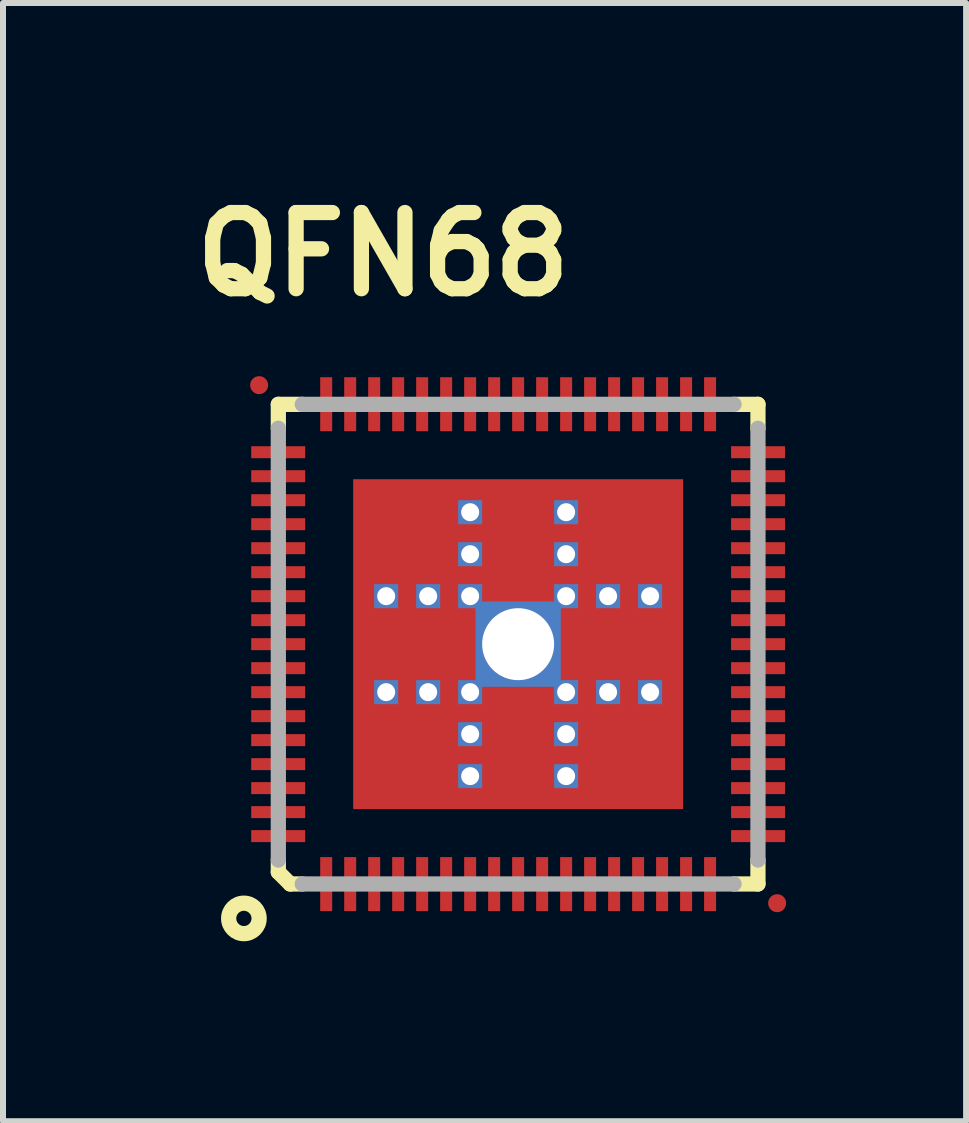
<source format=kicad_pcb>
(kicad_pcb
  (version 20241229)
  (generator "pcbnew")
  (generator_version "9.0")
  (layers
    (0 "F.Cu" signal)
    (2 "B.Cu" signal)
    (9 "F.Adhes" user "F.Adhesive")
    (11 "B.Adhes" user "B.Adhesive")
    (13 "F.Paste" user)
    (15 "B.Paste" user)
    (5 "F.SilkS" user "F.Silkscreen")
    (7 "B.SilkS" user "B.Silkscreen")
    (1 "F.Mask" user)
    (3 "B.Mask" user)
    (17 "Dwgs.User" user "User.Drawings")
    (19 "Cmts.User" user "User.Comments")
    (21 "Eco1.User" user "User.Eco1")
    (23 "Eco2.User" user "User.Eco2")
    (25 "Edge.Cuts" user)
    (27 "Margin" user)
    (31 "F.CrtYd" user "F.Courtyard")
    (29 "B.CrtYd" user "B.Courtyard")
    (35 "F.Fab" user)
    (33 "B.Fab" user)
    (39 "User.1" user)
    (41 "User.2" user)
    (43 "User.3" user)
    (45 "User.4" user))
  (footprint "QFN68"
    (layer "F.Cu")
    (at 5.588 7.689)
    (property "Reference" "QFN68" (at -2.25 -6.5 0) (layer "F.SilkS") (effects (font (size 1.27 1.27) (thickness 0.254))))
    (attr smd)
    (fp_line (start -3.998 -3.998) (end -3.998 -3.599) (stroke (width 0.254) (type solid)) (layer "F.SilkS"))
    (fp_line (start -3.998 3.599) (end -3.998 3.8) (stroke (width 0.254) (type solid)) (layer "F.SilkS"))
    (fp_line (start -3.998 3.8) (end -3.8 3.998) (stroke (width 0.254) (type solid)) (layer "F.SilkS"))
    (fp_line (start -3.8 3.998) (end -3.599 3.998) (stroke (width 0.254) (type solid)) (layer "F.SilkS"))
    (fp_line (start -3.599 -3.998) (end -3.998 -3.998) (stroke (width 0.254) (type solid)) (layer "F.SilkS"))
    (fp_line (start 3.599 3.998) (end 3.998 3.998) (stroke (width 0.254) (type solid)) (layer "F.SilkS"))
    (fp_line (start 3.998 -3.998) (end 3.599 -3.998) (stroke (width 0.254) (type solid)) (layer "F.SilkS"))
    (fp_line (start 3.998 -3.599) (end 3.998 -3.998) (stroke (width 0.254) (type solid)) (layer "F.SilkS"))
    (fp_line (start 3.998 3.998) (end 3.998 3.599) (stroke (width 0.254) (type solid)) (layer "F.SilkS"))
    (fp_circle (center -4.572 4.572) (end -4.318 4.572) (stroke (width 0.254) (type solid)) (fill no) (layer "F.SilkS"))
    (fp_line (start -3.998 -3.599) (end -3.998 3.599) (stroke (width 0.254) (type solid)) (layer "F.Fab"))
    (fp_line (start -3.599 3.998) (end 3.599 3.998) (stroke (width 0.254) (type solid)) (layer "F.Fab"))
    (fp_line (start 3.599 -3.998) (end -3.599 -3.998) (stroke (width 0.254) (type solid)) (layer "F.Fab"))
    (fp_line (start 3.998 3.599) (end 3.998 -3.599) (stroke (width 0.254) (type solid)) (layer "F.Fab"))
    (pad "" smd rect (at -1.8 0) (size 1.6 1.2) (layers "F.Paste"))
    (pad "" smd rect (at -1.75 -1.8) (size 1.5 1.6) (layers "F.Paste"))
    (pad "" smd rect (at -1.75 1.8) (size 1.5 1.6) (layers "F.Paste"))
    (pad "" smd rect (at 0 -1.8) (size 1.2 1.6) (layers "F.Paste"))
    (pad "" smd rect (at 0 1.75) (size 1.2 1.7) (layers "F.Paste"))
    (pad "" smd rect (at 1.75 -1.8) (size 1.5 1.6) (layers "F.Paste"))
    (pad "" smd rect (at 1.75 1.8) (size 1.5 1.6) (layers "F.Paste"))
    (pad "" smd rect (at 1.8 0) (size 1.6 1.2) (layers "F.Paste"))
    (pad "1" smd rect (at -3.2 4) (size 0.2 0.9) (layers "F.Cu" "F.Mask" "F.Paste"))
    (pad "2" smd rect (at -2.8 4) (size 0.2 0.9) (layers "F.Cu" "F.Mask" "F.Paste"))
    (pad "3" smd rect (at -2.4 4) (size 0.2 0.9) (layers "F.Cu" "F.Mask" "F.Paste"))
    (pad "4" smd rect (at -2 4) (size 0.2 0.9) (layers "F.Cu" "F.Mask" "F.Paste"))
    (pad "5" smd rect (at -1.6 4) (size 0.2 0.9) (layers "F.Cu" "F.Mask" "F.Paste"))
    (pad "6" smd rect (at -1.2 4) (size 0.2 0.9) (layers "F.Cu" "F.Mask" "F.Paste"))
    (pad "7" smd rect (at -0.8 4) (size 0.2 0.9) (layers "F.Cu" "F.Mask" "F.Paste"))
    (pad "8" smd rect (at -0.4 4) (size 0.2 0.9) (layers "F.Cu" "F.Mask" "F.Paste"))
    (pad "9" smd rect (at 0 4) (size 0.2 0.9) (layers "F.Cu" "F.Mask" "F.Paste"))
    (pad "10" smd rect (at 0.4 4) (size 0.2 0.9) (layers "F.Cu" "F.Mask" "F.Paste"))
    (pad "11" smd rect (at 0.8 4) (size 0.2 0.9) (layers "F.Cu" "F.Mask" "F.Paste"))
    (pad "12" smd rect (at 1.2 4) (size 0.2 0.9) (layers "F.Cu" "F.Mask" "F.Paste"))
    (pad "13" smd rect (at 1.6 4) (size 0.2 0.9) (layers "F.Cu" "F.Mask" "F.Paste"))
    (pad "14" smd rect (at 2 4) (size 0.2 0.9) (layers "F.Cu" "F.Mask" "F.Paste"))
    (pad "15" smd rect (at 2.4 4) (size 0.2 0.9) (layers "F.Cu" "F.Mask" "F.Paste"))
    (pad "16" smd rect (at 2.8 4) (size 0.2 0.9) (layers "F.Cu" "F.Mask" "F.Paste"))
    (pad "17" smd rect (at 3.2 4) (size 0.2 0.9) (layers "F.Cu" "F.Mask" "F.Paste"))
    (pad "18" smd rect (at 4 3.2 90) (size 0.2 0.9) (layers "F.Cu" "F.Mask" "F.Paste"))
    (pad "19" smd rect (at 4 2.8 90) (size 0.2 0.9) (layers "F.Cu" "F.Mask" "F.Paste"))
    (pad "20" smd rect (at 4 2.4 90) (size 0.2 0.9) (layers "F.Cu" "F.Mask" "F.Paste"))
    (pad "21" smd rect (at 4 2 90) (size 0.2 0.9) (layers "F.Cu" "F.Mask" "F.Paste"))
    (pad "22" smd rect (at 4 1.6 90) (size 0.2 0.9) (layers "F.Cu" "F.Mask" "F.Paste"))
    (pad "23" smd rect (at 4 1.2 90) (size 0.2 0.9) (layers "F.Cu" "F.Mask" "F.Paste"))
    (pad "24" smd rect (at 4 0.8 90) (size 0.2 0.9) (layers "F.Cu" "F.Mask" "F.Paste"))
    (pad "25" smd rect (at 4 0.4 90) (size 0.2 0.9) (layers "F.Cu" "F.Mask" "F.Paste"))
    (pad "26" smd rect (at 4 0 90) (size 0.2 0.9) (layers "F.Cu" "F.Mask" "F.Paste"))
    (pad "27" smd rect (at 4 -0.4 90) (size 0.2 0.9) (layers "F.Cu" "F.Mask" "F.Paste"))
    (pad "28" smd rect (at 4 -0.8 90) (size 0.2 0.9) (layers "F.Cu" "F.Mask" "F.Paste"))
    (pad "29" smd rect (at 4 -1.2 90) (size 0.2 0.9) (layers "F.Cu" "F.Mask" "F.Paste"))
    (pad "30" smd rect (at 4 -1.6 90) (size 0.2 0.9) (layers "F.Cu" "F.Mask" "F.Paste"))
    (pad "31" smd rect (at 4 -2 90) (size 0.2 0.9) (layers "F.Cu" "F.Mask" "F.Paste"))
    (pad "32" smd rect (at 4 -2.4 90) (size 0.2 0.9) (layers "F.Cu" "F.Mask" "F.Paste"))
    (pad "33" smd rect (at 4 -2.8 90) (size 0.2 0.9) (layers "F.Cu" "F.Mask" "F.Paste"))
    (pad "34" smd rect (at 4 -3.2 90) (size 0.2 0.9) (layers "F.Cu" "F.Mask" "F.Paste"))
    (pad "35" smd rect (at 3.2 -4 180) (size 0.2 0.9) (layers "F.Cu" "F.Mask" "F.Paste"))
    (pad "36" smd rect (at 2.8 -4 180) (size 0.2 0.9) (layers "F.Cu" "F.Mask" "F.Paste"))
    (pad "37" smd rect (at 2.4 -4 180) (size 0.2 0.9) (layers "F.Cu" "F.Mask" "F.Paste"))
    (pad "38" smd rect (at 2 -4 180) (size 0.2 0.9) (layers "F.Cu" "F.Mask" "F.Paste"))
    (pad "39" smd rect (at 1.6 -4 180) (size 0.2 0.9) (layers "F.Cu" "F.Mask" "F.Paste"))
    (pad "40" smd rect (at 1.2 -4 180) (size 0.2 0.9) (layers "F.Cu" "F.Mask" "F.Paste"))
    (pad "41" smd rect (at 0.8 -4 180) (size 0.2 0.9) (layers "F.Cu" "F.Mask" "F.Paste"))
    (pad "42" smd rect (at 0.4 -4 180) (size 0.2 0.9) (layers "F.Cu" "F.Mask" "F.Paste"))
    (pad "43" smd rect (at 0 -4 180) (size 0.2 0.9) (layers "F.Cu" "F.Mask" "F.Paste"))
    (pad "44" smd rect (at -0.4 -4 180) (size 0.2 0.9) (layers "F.Cu" "F.Mask" "F.Paste"))
    (pad "45" smd rect (at -0.8 -4 180) (size 0.2 0.9) (layers "F.Cu" "F.Mask" "F.Paste"))
    (pad "46" smd rect (at -1.2 -4 180) (size 0.2 0.9) (layers "F.Cu" "F.Mask" "F.Paste"))
    (pad "47" smd rect (at -1.6 -4 180) (size 0.2 0.9) (layers "F.Cu" "F.Mask" "F.Paste"))
    (pad "48" smd rect (at -2 -4 180) (size 0.2 0.9) (layers "F.Cu" "F.Mask" "F.Paste"))
    (pad "49" smd rect (at -2.4 -4 180) (size 0.2 0.9) (layers "F.Cu" "F.Mask" "F.Paste"))
    (pad "50" smd rect (at -2.8 -4 180) (size 0.2 0.9) (layers "F.Cu" "F.Mask" "F.Paste"))
    (pad "51" smd rect (at -3.2 -4 180) (size 0.2 0.9) (layers "F.Cu" "F.Mask" "F.Paste"))
    (pad "52" smd rect (at -4 -3.2 270) (size 0.2 0.9) (layers "F.Cu" "F.Mask" "F.Paste"))
    (pad "53" smd rect (at -4 -2.8 270) (size 0.2 0.9) (layers "F.Cu" "F.Mask" "F.Paste"))
    (pad "54" smd rect (at -4 -2.4 270) (size 0.2 0.9) (layers "F.Cu" "F.Mask" "F.Paste"))
    (pad "55" smd rect (at -4 -2 270) (size 0.2 0.9) (layers "F.Cu" "F.Mask" "F.Paste"))
    (pad "56" smd rect (at -4 -1.6 270) (size 0.2 0.9) (layers "F.Cu" "F.Mask" "F.Paste"))
    (pad "57" smd rect (at -4 -1.2 270) (size 0.2 0.9) (layers "F.Cu" "F.Mask" "F.Paste"))
    (pad "58" smd rect (at -4 -0.8 270) (size 0.2 0.9) (layers "F.Cu" "F.Mask" "F.Paste"))
    (pad "59" smd rect (at -4 -0.4 270) (size 0.2 0.9) (layers "F.Cu" "F.Mask" "F.Paste"))
    (pad "60" smd rect (at -4 0 270) (size 0.2 0.9) (layers "F.Cu" "F.Mask" "F.Paste"))
    (pad "61" smd rect (at -4 0.4 270) (size 0.2 0.9) (layers "F.Cu" "F.Mask" "F.Paste"))
    (pad "62" smd rect (at -4 0.8 270) (size 0.2 0.9) (layers "F.Cu" "F.Mask" "F.Paste"))
    (pad "63" smd rect (at -4 1.2 270) (size 0.2 0.9) (layers "F.Cu" "F.Mask" "F.Paste"))
    (pad "64" smd rect (at -4 1.6 270) (size 0.2 0.9) (layers "F.Cu" "F.Mask" "F.Paste"))
    (pad "65" smd rect (at -4 2 270) (size 0.2 0.9) (layers "F.Cu" "F.Mask" "F.Paste"))
    (pad "66" smd rect (at -4 2.4 270) (size 0.2 0.9) (layers "F.Cu" "F.Mask" "F.Paste"))
    (pad "67" smd rect (at -4 2.8 270) (size 0.2 0.9) (layers "F.Cu" "F.Mask" "F.Paste"))
    (pad "68" smd rect (at -4 3.2 270) (size 0.2 0.9) (layers "F.Cu" "F.Mask" "F.Paste"))
    (pad "69" thru_hole rect (at -2.2 -0.8) (size 0.4 0.4) (drill 0.3) (layers "*.Cu" "*.Mask"))
    (pad "69" thru_hole rect (at -2.2 0.8) (size 0.4 0.4) (drill 0.3) (layers "*.Cu" "*.Mask"))
    (pad "69" thru_hole rect (at -1.5 -0.8) (size 0.4 0.4) (drill 0.3) (layers "*.Cu" "*.Mask"))
    (pad "69" thru_hole rect (at -1.5 0.8) (size 0.4 0.4) (drill 0.3) (layers "*.Cu" "*.Mask"))
    (pad "69" thru_hole rect (at -0.8 -2.2) (size 0.4 0.4) (drill 0.3) (layers "*.Cu" "*.Mask"))
    (pad "69" thru_hole rect (at -0.8 -1.5) (size 0.4 0.4) (drill 0.3) (layers "*.Cu" "*.Mask"))
    (pad "69" thru_hole rect (at -0.8 -0.8) (size 0.4 0.4) (drill 0.3) (layers "*.Cu" "*.Mask"))
    (pad "69" thru_hole rect (at -0.8 0.8) (size 0.4 0.4) (drill 0.3) (layers "*.Cu" "*.Mask"))
    (pad "69" thru_hole rect (at -0.8 1.5) (size 0.4 0.4) (drill 0.3) (layers "*.Cu" "*.Mask"))
    (pad "69" thru_hole rect (at -0.8 2.2) (size 0.4 0.4) (drill 0.3) (layers "*.Cu" "*.Mask"))
    (pad "69" thru_hole rect (at 0 0) (size 1.422 1.422) (drill 1.2) (layers "*.Cu" "*.Mask"))
    (pad "69" smd rect (at 0 0) (size 5.5 5.5) (layers "F.Cu" "F.Mask"))
    (pad "69" thru_hole rect (at 0.8 -2.2) (size 0.4 0.4) (drill 0.3) (layers "*.Cu" "*.Mask"))
    (pad "69" thru_hole rect (at 0.8 -1.5) (size 0.4 0.4) (drill 0.3) (layers "*.Cu" "*.Mask"))
    (pad "69" thru_hole rect (at 0.8 -0.8) (size 0.4 0.4) (drill 0.3) (layers "*.Cu" "*.Mask"))
    (pad "69" thru_hole rect (at 0.8 0.8) (size 0.4 0.4) (drill 0.3) (layers "*.Cu" "*.Mask"))
    (pad "69" thru_hole rect (at 0.8 1.5) (size 0.4 0.4) (drill 0.3) (layers "*.Cu" "*.Mask"))
    (pad "69" thru_hole rect (at 0.8 2.2) (size 0.4 0.4) (drill 0.3) (layers "*.Cu" "*.Mask"))
    (pad "69" thru_hole rect (at 1.5 -0.8) (size 0.4 0.4) (drill 0.3) (layers "*.Cu" "*.Mask"))
    (pad "69" thru_hole rect (at 1.5 0.8) (size 0.4 0.4) (drill 0.3) (layers "*.Cu" "*.Mask"))
    (pad "69" thru_hole rect (at 2.2 -0.8) (size 0.4 0.4) (drill 0.3) (layers "*.Cu" "*.Mask"))
    (pad "69" thru_hole rect (at 2.2 0.8) (size 0.4 0.4) (drill 0.3) (layers "*.Cu" "*.Mask"))
    (pad "Fid1" smd circle (at -4.318 -4.318) (size 0.3 0.3) (layers "F.Cu" "F.Mask"))
    (pad "Fid2" smd circle (at 4.318 4.318) (size 0.3 0.3) (layers "F.Cu" "F.Mask")))
  (gr_rect
    (start -3 -3)
    (end 13.056 15.642)
    (stroke (width 0.1) (type default))
    (fill no)
    (layer "Edge.Cuts")))
</source>
